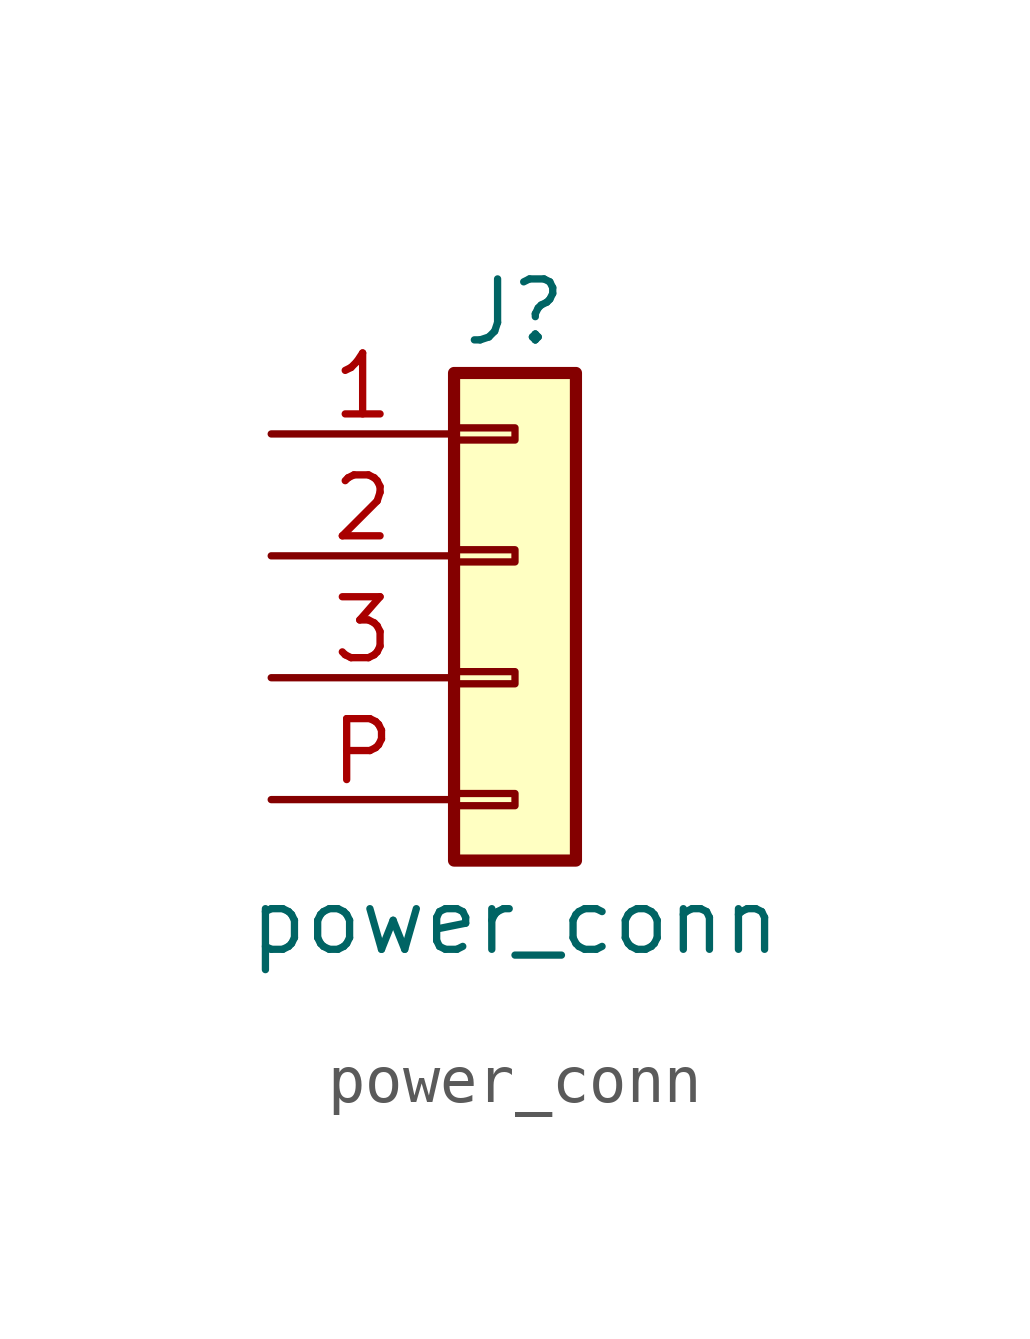
<source format=kicad_sym>
(kicad_symbol_lib
  (version 20241209)
  (generator "kicad_symbol_editor")
  (generator_version "9.0")
  (symbol "power_conn"
    (pin_names
      (offset 1.016)
      (hide yes))
    (property "Reference" "J"
      (at 0 5.08 0)
      (effects (font (size 1.27 1.27))))
    (property "Value" "power_conn"
      (at 0 -7.62 0)
      (effects (font (size 1.27 1.27))))
    (symbol "power_conn_1_1"
      (rectangle (start -1.27 3.81) (end 1.27 -6.35) (stroke (width 0.254) (type default)) (fill (type background)))
      (rectangle (start -1.27 2.667) (end 0 2.413) (stroke (width 0.152) (type default)) (fill (type none)))
      (rectangle (start -1.27 0.127) (end 0 -0.127) (stroke (width 0.152) (type default)) (fill (type none)))
      (rectangle (start -1.27 -2.413) (end 0 -2.667) (stroke (width 0.152) (type default)) (fill (type none)))
      (rectangle (start -1.27 -4.953) (end 0 -5.207) (stroke (width 0.152) (type default)) (fill (type none)))
      (pin passive line (at -5.08 2.54 0) (length 3.81) (name "Pin_1" (effects (font (size 1.27 1.27)))) (number "1" (effects (font (size 1.27 1.27)))))
      (pin passive line (at -5.08 0 0) (length 3.81) (name "Pin_2" (effects (font (size 1.27 1.27)))) (number "2" (effects (font (size 1.27 1.27)))))
      (pin passive line (at -5.08 -2.54 0) (length 3.81) (name "Pin_3" (effects (font (size 1.27 1.27)))) (number "3" (effects (font (size 1.27 1.27)))))
      (pin passive line (at -5.08 -5.08 0) (length 3.81) (name "Pin_4" (effects (font (size 1.27 1.27)))) (number "P" (effects (font (size 1.27 1.27))))))))
</source>
